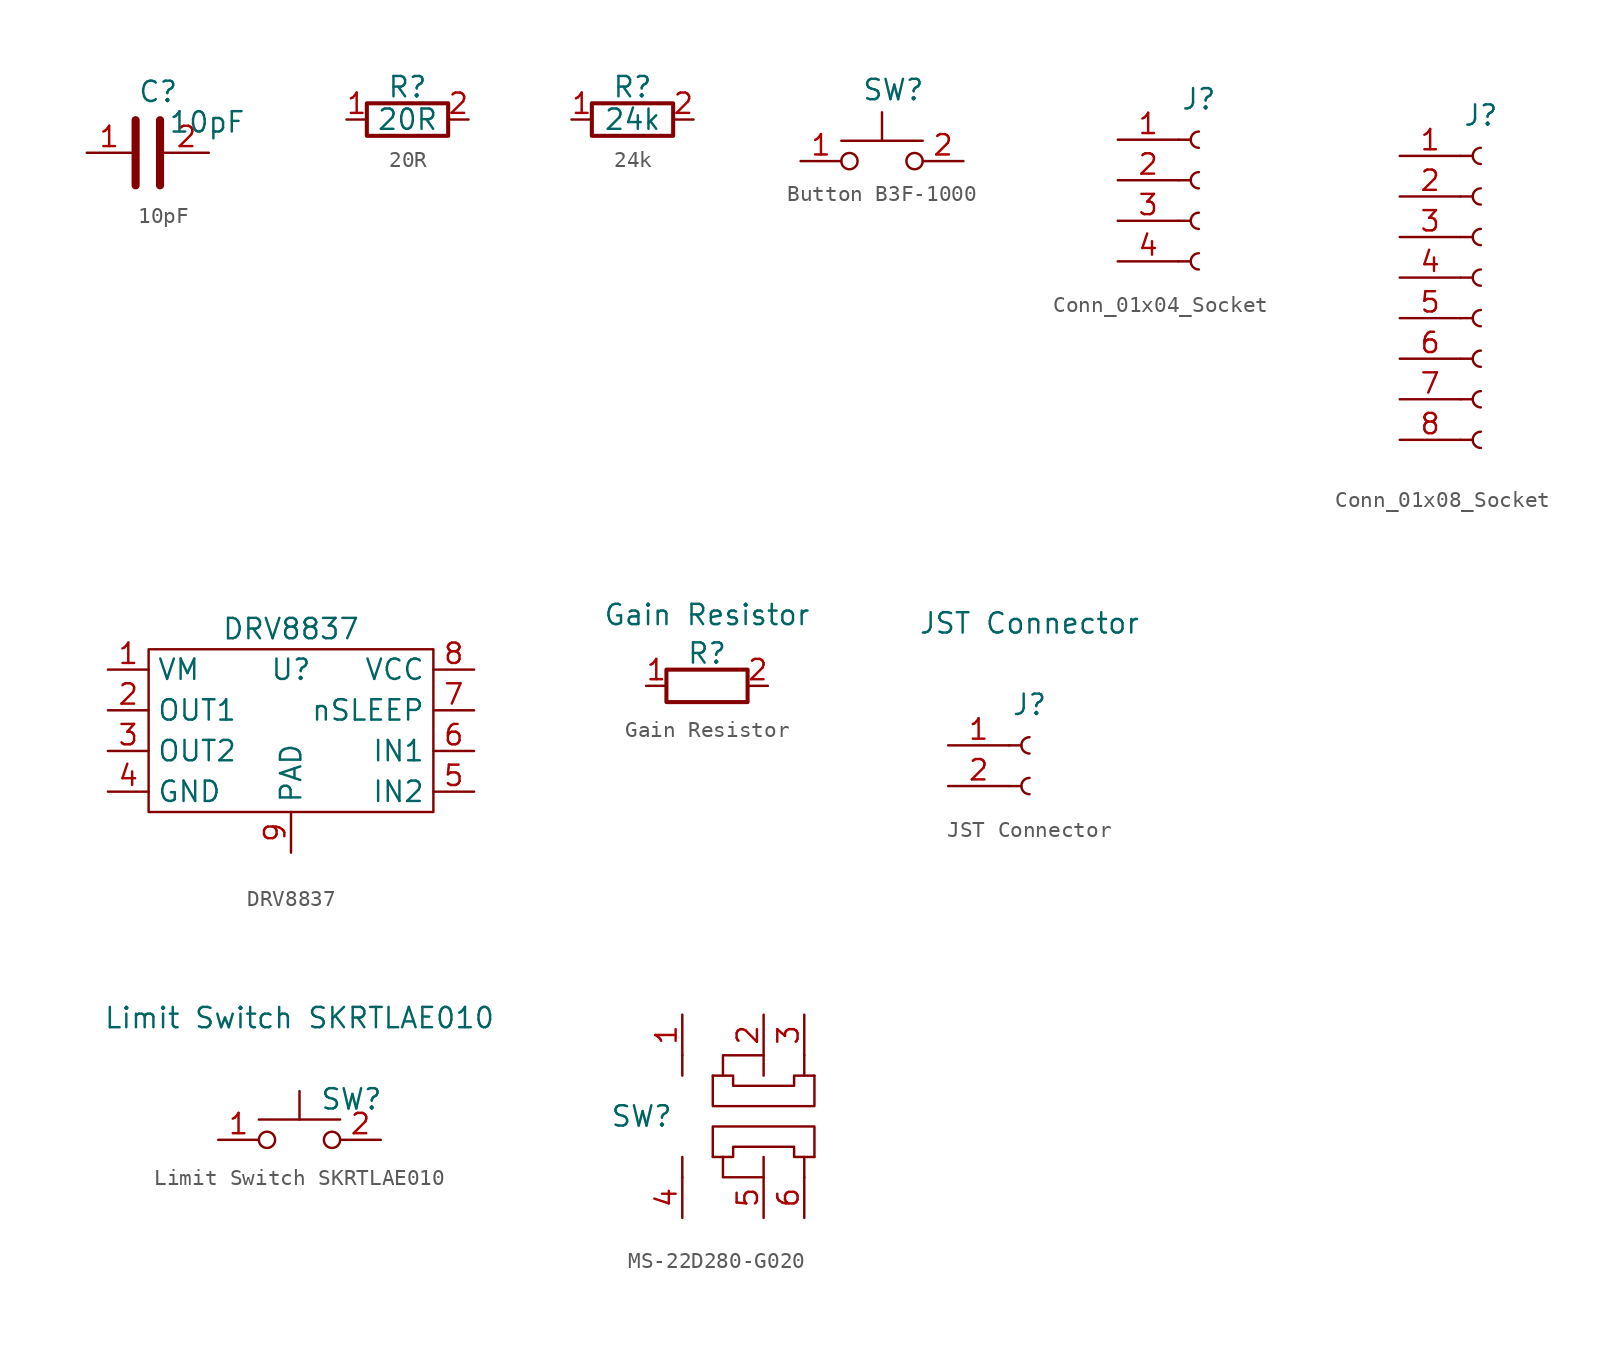
<source format=kicad_sym>
(kicad_symbol_lib
  (version 20220914)
  (generator kicad_symbol_editor)
  (symbol "10pF"
    (pin_names
      (offset 0))
    (property "Reference" "C"
      (at -0.635 3.81 0)
      (effects (font (size 1.27 1.27)) (justify left)))
    (property "Value" "10pF"
      (at 1.27 1.905 0)
      (effects (font (size 1.27 1.27)) (justify left)))
    (symbol "10pF_0_1"
      (polyline (pts (xy -0.762 -2.032) (xy -0.762 2.032)) (stroke (width 0.508) (type default)) (fill (type none)))
      (polyline (pts (xy 0.762 -2.032) (xy 0.762 2.032)) (stroke (width 0.508) (type default)) (fill (type none))))
    (symbol "10pF_1_1"
      (pin passive line (at -3.81 0 0) (length 2.794) (name "~" (effects (font (size 1.27 1.27)))) (number "1" (effects (font (size 1.27 1.27)))))
      (pin passive line (at 3.81 0 180) (length 2.794) (name "~" (effects (font (size 1.27 1.27)))) (number "2" (effects (font (size 1.27 1.27)))))))
  (symbol "20R"
    (pin_names
      (offset 0))
    (property "Reference" "R"
      (at 0 2.032 0)
      (effects (font (size 1.27 1.27))))
    (property "Value" "20R"
      (at 0 0 0)
      (effects (font (size 1.27 1.27))))
    (symbol "20R_0_1"
      (rectangle (start 2.54 -1.016) (end -2.54 1.016) (stroke (width 0.254) (type default)) (fill (type none))))
    (symbol "20R_1_1"
      (pin passive line (at -3.81 0 0) (length 1.27) (name "~" (effects (font (size 1.27 1.27)))) (number "1" (effects (font (size 1.27 1.27)))))
      (pin passive line (at 3.81 0 180) (length 1.27) (name "~" (effects (font (size 1.27 1.27)))) (number "2" (effects (font (size 1.27 1.27)))))))
  (symbol "24k"
    (pin_names
      (offset 0))
    (property "Reference" "R"
      (at 0 2.032 0)
      (effects (font (size 1.27 1.27))))
    (property "Value" "24k"
      (at 0 0 0)
      (effects (font (size 1.27 1.27))))
    (symbol "24k_0_1"
      (rectangle (start 2.54 -1.016) (end -2.54 1.016) (stroke (width 0.254) (type default)) (fill (type none))))
    (symbol "24k_1_1"
      (pin passive line (at -3.81 0 0) (length 1.27) (name "~" (effects (font (size 1.27 1.27)))) (number "1" (effects (font (size 1.27 1.27)))))
      (pin passive line (at 3.81 0 180) (length 1.27) (name "~" (effects (font (size 1.27 1.27)))) (number "2" (effects (font (size 1.27 1.27)))))))
  (symbol "Button B3F-1000"
    (pin_names
      (offset 0))
    (property "Reference" "SW"
      (at -1.27 4.445 0)
      (effects (font (size 1.27 1.27)) (justify left)))
    (symbol "Button B3F-1000_0_1"
      (circle (center -2.032 0) (radius 0.508) (stroke (width 0) (type default)) (fill (type none)))
      (polyline (pts (xy 0 1.27) (xy 0 3.048)) (stroke (width 0) (type default)) (fill (type none)))
      (polyline (pts (xy 2.54 1.27) (xy -2.54 1.27)) (stroke (width 0) (type default)) (fill (type none)))
      (circle (center 2.032 0) (radius 0.508) (stroke (width 0) (type default)) (fill (type none))))
    (symbol "Button B3F-1000_1_1"
      (pin passive line (at -5.08 0 0) (length 2.54) (name "" (effects (font (size 1.27 1.27)))) (number "1" (effects (font (size 1.27 1.27)))))
      (pin passive line (at 5.08 0 180) (length 2.54) (name "" (effects (font (size 1.27 1.27)))) (number "2" (effects (font (size 1.27 1.27)))))))
  (symbol "Conn_01x04_Socket"
    (pin_names
      (offset 0))
    (property "Reference" "J"
      (at 0 5.08 0)
      (effects (font (size 1.27 1.27))))
    (symbol "Conn_01x04_Socket_1_1"
      (arc (start 0 -4.572) (mid -0.5058 -5.08) (end 0 -5.588) (stroke (width 0.1524) (type default)) (fill (type none)))
      (arc (start 0 -2.032) (mid -0.5058 -2.54) (end 0 -3.048) (stroke (width 0.1524) (type default)) (fill (type none)))
      (polyline (pts (xy -1.27 -5.08) (xy -0.508 -5.08)) (stroke (width 0.152) (type default)) (fill (type none)))
      (polyline (pts (xy -1.27 -2.54) (xy -0.508 -2.54)) (stroke (width 0.152) (type default)) (fill (type none)))
      (polyline (pts (xy -1.27 0) (xy -0.508 0)) (stroke (width 0.152) (type default)) (fill (type none)))
      (polyline (pts (xy -1.27 2.54) (xy -0.508 2.54)) (stroke (width 0.152) (type default)) (fill (type none)))
      (arc (start 0 0.508) (mid -0.5058 0) (end 0 -0.508) (stroke (width 0.1524) (type default)) (fill (type none)))
      (arc (start 0 3.048) (mid -0.5058 2.54) (end 0 2.032) (stroke (width 0.1524) (type default)) (fill (type none)))
      (pin passive line (at -5.08 2.54 0) (length 3.81) (name "" (effects (font (size 1.27 1.27)))) (number "1" (effects (font (size 1.27 1.27)))))
      (pin passive line (at -5.08 0 0) (length 3.81) (name "" (effects (font (size 1.27 1.27)))) (number "2" (effects (font (size 1.27 1.27)))))
      (pin passive line (at -5.08 -2.54 0) (length 3.81) (name "" (effects (font (size 1.27 1.27)))) (number "3" (effects (font (size 1.27 1.27)))))
      (pin passive line (at -5.08 -5.08 0) (length 3.81) (name "" (effects (font (size 1.27 1.27)))) (number "4" (effects (font (size 1.27 1.27)))))))
  (symbol "Conn_01x08_Socket"
    (pin_names
      (offset 0))
    (property "Reference" "J"
      (at 0 10.16 0)
      (effects (font (size 1.27 1.27))))
    (symbol "Conn_01x08_Socket_1_1"
      (arc (start 0 -9.652) (mid -0.5058 -10.16) (end 0 -10.668) (stroke (width 0.1524) (type default)) (fill (type none)))
      (arc (start 0 -7.112) (mid -0.5058 -7.62) (end 0 -8.128) (stroke (width 0.1524) (type default)) (fill (type none)))
      (arc (start 0 -4.572) (mid -0.5058 -5.08) (end 0 -5.588) (stroke (width 0.1524) (type default)) (fill (type none)))
      (arc (start 0 -2.032) (mid -0.5058 -2.54) (end 0 -3.048) (stroke (width 0.1524) (type default)) (fill (type none)))
      (polyline (pts (xy -1.27 -10.16) (xy -0.508 -10.16)) (stroke (width 0.152) (type default)) (fill (type none)))
      (polyline (pts (xy -1.27 -7.62) (xy -0.508 -7.62)) (stroke (width 0.152) (type default)) (fill (type none)))
      (polyline (pts (xy -1.27 -5.08) (xy -0.508 -5.08)) (stroke (width 0.152) (type default)) (fill (type none)))
      (polyline (pts (xy -1.27 -2.54) (xy -0.508 -2.54)) (stroke (width 0.152) (type default)) (fill (type none)))
      (polyline (pts (xy -1.27 0) (xy -0.508 0)) (stroke (width 0.152) (type default)) (fill (type none)))
      (polyline (pts (xy -1.27 2.54) (xy -0.508 2.54)) (stroke (width 0.152) (type default)) (fill (type none)))
      (polyline (pts (xy -1.27 5.08) (xy -0.508 5.08)) (stroke (width 0.152) (type default)) (fill (type none)))
      (polyline (pts (xy -1.27 7.62) (xy -0.508 7.62)) (stroke (width 0.152) (type default)) (fill (type none)))
      (arc (start 0 0.508) (mid -0.5058 0) (end 0 -0.508) (stroke (width 0.1524) (type default)) (fill (type none)))
      (arc (start 0 3.048) (mid -0.5058 2.54) (end 0 2.032) (stroke (width 0.1524) (type default)) (fill (type none)))
      (arc (start 0 5.588) (mid -0.5058 5.08) (end 0 4.572) (stroke (width 0.1524) (type default)) (fill (type none)))
      (arc (start 0 8.128) (mid -0.5058 7.62) (end 0 7.112) (stroke (width 0.1524) (type default)) (fill (type none)))
      (pin passive line (at -5.08 7.62 0) (length 3.81) (name "" (effects (font (size 1.27 1.27)))) (number "1" (effects (font (size 1.27 1.27)))))
      (pin passive line (at -5.08 5.08 0) (length 3.81) (name "" (effects (font (size 1.27 1.27)))) (number "2" (effects (font (size 1.27 1.27)))))
      (pin passive line (at -5.08 2.54 0) (length 3.81) (name "" (effects (font (size 1.27 1.27)))) (number "3" (effects (font (size 1.27 1.27)))))
      (pin passive line (at -5.08 0 0) (length 3.81) (name "" (effects (font (size 1.27 1.27)))) (number "4" (effects (font (size 1.27 1.27)))))
      (pin passive line (at -5.08 -2.54 0) (length 3.81) (name "" (effects (font (size 1.27 1.27)))) (number "5" (effects (font (size 1.27 1.27)))))
      (pin passive line (at -5.08 -5.08 0) (length 3.81) (name "" (effects (font (size 1.27 1.27)))) (number "6" (effects (font (size 1.27 1.27)))))
      (pin passive line (at -5.08 -7.62 0) (length 3.81) (name "" (effects (font (size 1.27 1.27)))) (number "7" (effects (font (size 1.27 1.27)))))
      (pin passive line (at -5.08 -10.16 0) (length 3.81) (name "" (effects (font (size 1.27 1.27)))) (number "8" (effects (font (size 1.27 1.27)))))))
  (symbol "DRV8837"
    (property "Reference" "U"
      (at 0 3.81 0)
      (effects (font (size 1.27 1.27))))
    (property "Value" "DRV8837"
      (at 0 6.35 0)
      (effects (font (size 1.27 1.27))))
    (symbol "DRV8837_1_1"
      (rectangle (start -8.89 5.08) (end 8.89 -5.08) (stroke (width 0) (type default)) (fill (type none)))
      (pin input line (at -11.43 3.81 0) (length 2.54) (name "VM" (effects (font (size 1.27 1.27)))) (number "1" (effects (font (size 1.27 1.27)))))
      (pin input line (at -11.43 1.27 0) (length 2.54) (name "OUT1" (effects (font (size 1.27 1.27)))) (number "2" (effects (font (size 1.27 1.27)))))
      (pin input line (at -11.43 -1.27 0) (length 2.54) (name "OUT2" (effects (font (size 1.27 1.27)))) (number "3" (effects (font (size 1.27 1.27)))))
      (pin input line (at -11.43 -3.81 0) (length 2.54) (name "GND" (effects (font (size 1.27 1.27)))) (number "4" (effects (font (size 1.27 1.27)))))
      (pin input line (at 11.43 -3.81 180) (length 2.54) (name "IN2" (effects (font (size 1.27 1.27)))) (number "5" (effects (font (size 1.27 1.27)))))
      (pin input line (at 11.43 -1.27 180) (length 2.54) (name "IN1" (effects (font (size 1.27 1.27)))) (number "6" (effects (font (size 1.27 1.27)))))
      (pin input line (at 11.43 1.27 180) (length 2.54) (name "nSLEEP" (effects (font (size 1.27 1.27)))) (number "7" (effects (font (size 1.27 1.27)))))
      (pin input line (at 11.43 3.81 180) (length 2.54) (name "VCC" (effects (font (size 1.27 1.27)))) (number "8" (effects (font (size 1.27 1.27)))))
      (pin input line (at 0 -7.62 90) (length 2.54) (name "PAD" (effects (font (size 1.27 1.27)))) (number "9" (effects (font (size 1.27 1.27)))))))
  (symbol "Gain Resistor"
    (pin_names
      (offset 0))
    (property "Reference" "R"
      (at 0 2.032 0)
      (effects (font (size 1.27 1.27))))
    (property "Value" "Gain Resistor"
      (at 0 4.445 0)
      (effects (font (size 1.27 1.27))))
    (symbol "Gain Resistor_0_1"
      (rectangle (start 2.54 -1.016) (end -2.54 1.016) (stroke (width 0.254) (type default)) (fill (type none))))
    (symbol "Gain Resistor_1_1"
      (pin passive line (at -3.81 0 0) (length 1.27) (name "~" (effects (font (size 1.27 1.27)))) (number "1" (effects (font (size 1.27 1.27)))))
      (pin passive line (at 3.81 0 180) (length 1.27) (name "~" (effects (font (size 1.27 1.27)))) (number "2" (effects (font (size 1.27 1.27)))))))
  (symbol "JST Connector"
    (pin_names
      (offset 0))
    (property "Reference" "J"
      (at 0 2.54 0)
      (effects (font (size 1.27 1.27))))
    (property "Value" "JST Connector"
      (at 0 7.62 0)
      (effects (font (size 1.27 1.27))))
    (symbol "JST Connector_1_1"
      (arc (start 0 -2.032) (mid -0.5058 -2.54) (end 0 -3.048) (stroke (width 0.1524) (type default)) (fill (type none)))
      (polyline (pts (xy -1.27 -2.54) (xy -0.508 -2.54)) (stroke (width 0.152) (type default)) (fill (type none)))
      (polyline (pts (xy -1.27 0) (xy -0.508 0)) (stroke (width 0.152) (type default)) (fill (type none)))
      (arc (start 0 0.508) (mid -0.5058 0) (end 0 -0.508) (stroke (width 0.1524) (type default)) (fill (type none)))
      (pin passive line (at -5.08 0 0) (length 3.81) (name "" (effects (font (size 1.27 1.27)))) (number "1" (effects (font (size 1.27 1.27)))))
      (pin passive line (at -5.08 -2.54 0) (length 3.81) (name "" (effects (font (size 1.27 1.27)))) (number "2" (effects (font (size 1.27 1.27)))))))
  (symbol "Limit Switch SKRTLAE010"
    (pin_names
      (offset 0))
    (property "Reference" "SW"
      (at 1.27 2.54 0)
      (effects (font (size 1.27 1.27)) (justify left)))
    (property "Value" "Limit Switch SKRTLAE010"
      (at 0 7.62 0)
      (effects (font (size 1.27 1.27))))
    (symbol "Limit Switch SKRTLAE010_0_1"
      (circle (center -2.032 0) (radius 0.508) (stroke (width 0) (type default)) (fill (type none)))
      (polyline (pts (xy 0 1.27) (xy 0 3.048)) (stroke (width 0) (type default)) (fill (type none)))
      (polyline (pts (xy 2.54 1.27) (xy -2.54 1.27)) (stroke (width 0) (type default)) (fill (type none)))
      (circle (center 2.032 0) (radius 0.508) (stroke (width 0) (type default)) (fill (type none))))
    (symbol "Limit Switch SKRTLAE010_1_1"
      (pin passive line (at -5.08 0 0) (length 2.54) (name "" (effects (font (size 1.27 1.27)))) (number "1" (effects (font (size 1.27 1.27)))))
      (pin passive line (at 5.08 0 180) (length 2.54) (name "" (effects (font (size 1.27 1.27)))) (number "2" (effects (font (size 1.27 1.27)))))))
  (symbol "MS-22D280-G020"
    (pin_names
      (offset 0))
    (property "Reference" "SW"
      (at -7.62 0 0)
      (effects (font (size 1.27 1.27))))
    (property "Value" ""
      (at 0 0 0)
      (effects (font (size 1.27 1.27))))
    (symbol "MS-22D280-G020_0_1"
      (polyline (pts (xy -5.08 -2.54) (xy -5.08 -3.81)) (stroke (width 0) (type default)) (fill (type none)))
      (polyline (pts (xy -5.08 3.81) (xy -5.08 2.54)) (stroke (width 0) (type default)) (fill (type none)))
      (polyline (pts (xy 0 -3.81) (xy 0 -2.54)) (stroke (width 0) (type default)) (fill (type none)))
      (polyline (pts (xy 0 3.81) (xy 0 2.54)) (stroke (width 0) (type default)) (fill (type none)))
      (polyline (pts (xy 2.54 -3.81) (xy 2.54 -2.54)) (stroke (width 0) (type default)) (fill (type none)))
      (polyline (pts (xy 2.54 3.81) (xy 2.54 2.54)) (stroke (width 0) (type default)) (fill (type none)))
      (polyline (pts (xy 0 -3.81) (xy -2.54 -3.81) (xy -2.54 -2.54)) (stroke (width 0) (type default)) (fill (type none)))
      (polyline (pts (xy 0 3.81) (xy -2.54 3.81) (xy -2.54 2.54)) (stroke (width 0) (type default)) (fill (type none)))
      (polyline (pts (xy 3.175 -2.54) (xy 3.175 -0.635) (xy -3.175 -0.635) (xy -3.175 -2.54)) (stroke (width 0) (type default)) (fill (type none)))
      (polyline (pts (xy 3.175 2.54) (xy 3.175 0.635) (xy -3.175 0.635) (xy -3.175 2.54)) (stroke (width 0) (type default)) (fill (type none)))
      (polyline (pts (xy -3.175 2.54) (xy -1.905 2.54) (xy -1.905 1.905) (xy 1.905 1.905) (xy 1.905 2.54) (xy 3.175 2.54)) (stroke (width 0) (type default)) (fill (type none)))
      (polyline (pts (xy -3.175 -2.54) (xy -1.905 -2.54) (xy -1.905 -1.905) (xy 1.905 -1.905) (xy 1.905 -2.54) (xy 3.175 -2.54) (xy 3.175 -2.54)) (stroke (width 0) (type default)) (fill (type none))))
    (symbol "MS-22D280-G020_1_1"
      (pin output line (at -5.08 6.35 270) (length 2.54) (name "" (effects (font (size 1.27 1.27)))) (number "1" (effects (font (size 1.27 1.27)))))
      (pin output line (at 0 6.35 270) (length 2.54) (name "" (effects (font (size 1.27 1.27)))) (number "2" (effects (font (size 1.27 1.27)))))
      (pin output line (at 2.54 6.35 270) (length 2.54) (name "" (effects (font (size 1.27 1.27)))) (number "3" (effects (font (size 1.27 1.27)))))
      (pin output line (at -5.08 -6.35 90) (length 2.54) (name "" (effects (font (size 1.27 1.27)))) (number "4" (effects (font (size 1.27 1.27)))))
      (pin output line (at 0 -6.35 90) (length 2.54) (name "" (effects (font (size 1.27 1.27)))) (number "5" (effects (font (size 1.27 1.27)))))
      (pin output line (at 2.54 -6.35 90) (length 2.54) (name "" (effects (font (size 1.27 1.27)))) (number "6" (effects (font (size 1.27 1.27))))))))
</source>
